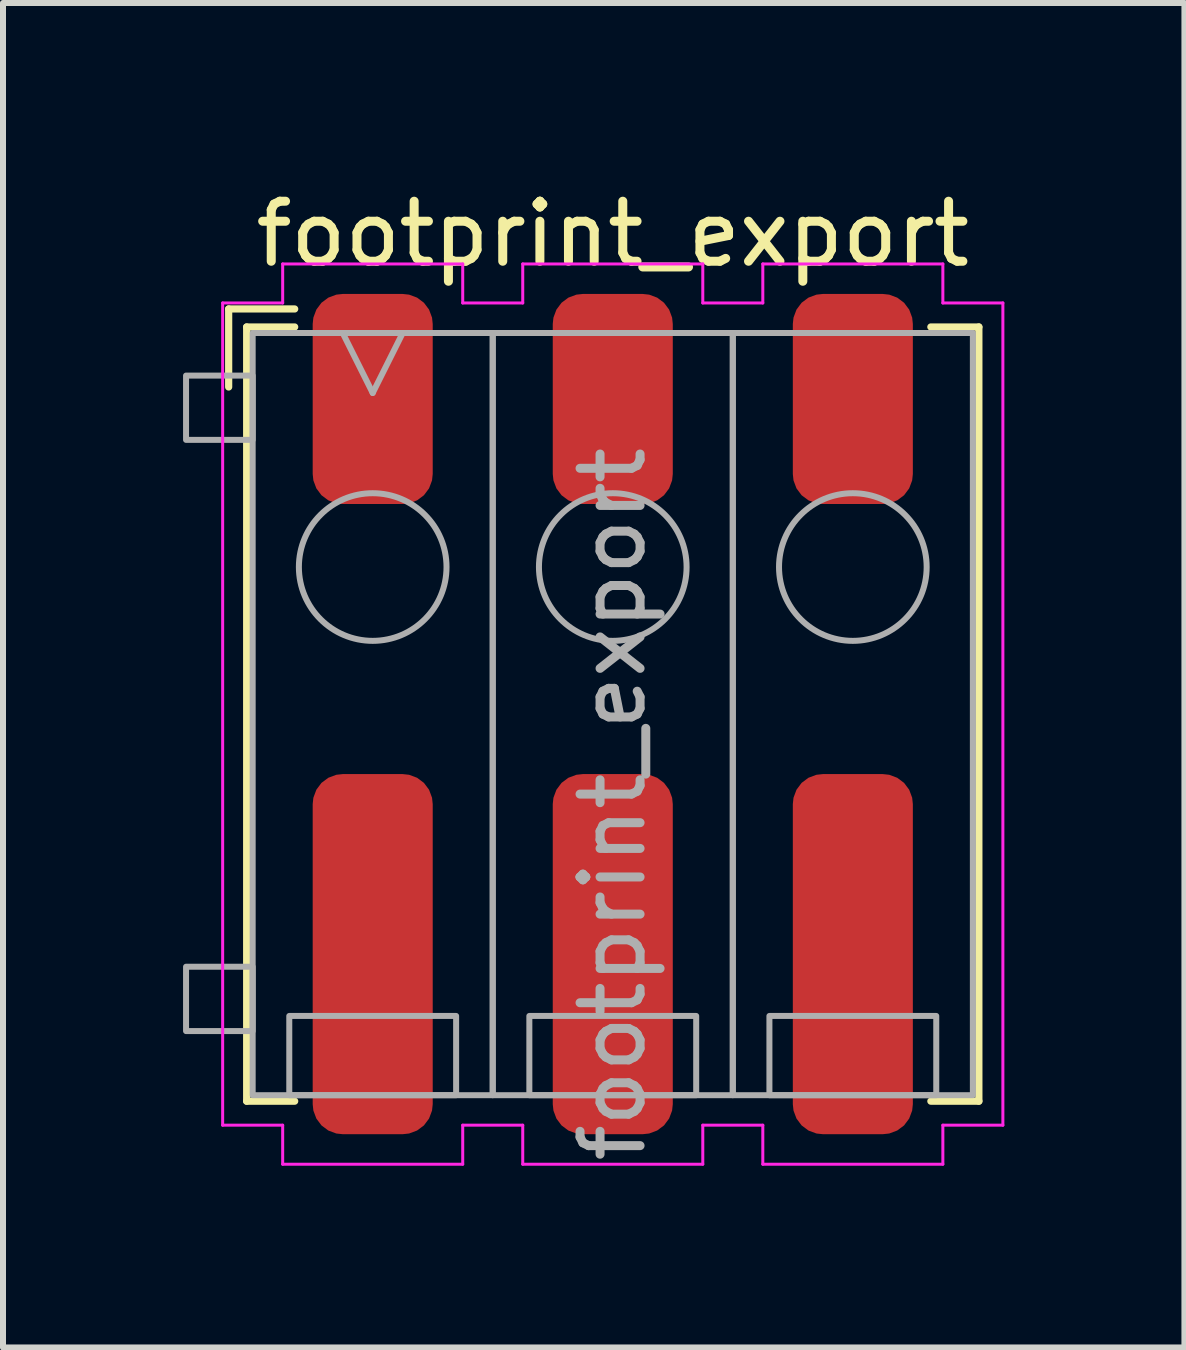
<source format=kicad_pcb>
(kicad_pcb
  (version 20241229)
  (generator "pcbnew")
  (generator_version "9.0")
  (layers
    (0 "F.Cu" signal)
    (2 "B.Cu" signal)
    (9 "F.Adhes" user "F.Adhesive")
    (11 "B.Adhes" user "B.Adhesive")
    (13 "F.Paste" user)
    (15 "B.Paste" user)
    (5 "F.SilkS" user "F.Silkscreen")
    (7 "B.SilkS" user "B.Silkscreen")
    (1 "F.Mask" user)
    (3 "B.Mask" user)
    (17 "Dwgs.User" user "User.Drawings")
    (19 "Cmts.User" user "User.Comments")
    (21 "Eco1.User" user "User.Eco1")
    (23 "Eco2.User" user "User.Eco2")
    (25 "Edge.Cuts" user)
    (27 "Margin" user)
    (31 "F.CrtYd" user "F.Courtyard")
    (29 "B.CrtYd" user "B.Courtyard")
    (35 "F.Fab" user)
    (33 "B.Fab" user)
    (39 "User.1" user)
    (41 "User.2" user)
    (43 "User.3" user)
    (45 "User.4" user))
  (footprint "footprint_export"
    (layer "F.Cu")
    (at 7.16 8.848)
    (property "Reference" "footprint_export" (at 0 -8 0) (unlocked yes) (layer "F.SilkS") (effects (font (size 1 1) (thickness 0.15))))
    (attr smd)
    (fp_line (start -6.4 -6.75) (end -6.4 -5.45) (stroke (width 0.12) (type solid)) (layer "F.SilkS"))
    (fp_line (start -6.1 -6.45) (end -5.3 -6.45) (stroke (width 0.12) (type solid)) (layer "F.SilkS"))
    (fp_line (start -6.1 6.45) (end -6.1 -6.45) (stroke (width 0.12) (type solid)) (layer "F.SilkS"))
    (fp_line (start -6.1 6.45) (end -5.3 6.45) (stroke (width 0.12) (type solid)) (layer "F.SilkS"))
    (fp_line (start -5.3 -6.75) (end -6.4 -6.75) (stroke (width 0.12) (type solid)) (layer "F.SilkS"))
    (fp_line (start 6.1 -6.45) (end 5.3 -6.45) (stroke (width 0.12) (type solid)) (layer "F.SilkS"))
    (fp_line (start 6.1 -6.45) (end 6.1 6.45) (stroke (width 0.12) (type solid)) (layer "F.SilkS"))
    (fp_line (start 6.1 6.45) (end 5.3 6.45) (stroke (width 0.12) (type solid)) (layer "F.SilkS"))
    (fp_line (start -6.5 -6.85) (end -6.5 6.85) (stroke (width 0.05) (type solid)) (layer "F.CrtYd"))
    (fp_line (start -6.5 -6.85) (end -5.5 -6.85) (stroke (width 0.05) (type solid)) (layer "F.CrtYd"))
    (fp_line (start -5.5 -7.5) (end -2.5 -7.5) (stroke (width 0.05) (type solid)) (layer "F.CrtYd"))
    (fp_line (start -5.5 -6.85) (end -5.5 -7.5) (stroke (width 0.05) (type solid)) (layer "F.CrtYd"))
    (fp_line (start -5.5 6.85) (end -6.5 6.85) (stroke (width 0.05) (type solid)) (layer "F.CrtYd"))
    (fp_line (start -5.5 7.5) (end -5.5 6.85) (stroke (width 0.05) (type solid)) (layer "F.CrtYd"))
    (fp_line (start -2.5 -7.5) (end -2.5 -6.85) (stroke (width 0.05) (type solid)) (layer "F.CrtYd"))
    (fp_line (start -2.5 -6.85) (end -1.5 -6.85) (stroke (width 0.05) (type solid)) (layer "F.CrtYd"))
    (fp_line (start -2.5 6.85) (end -2.5 7.5) (stroke (width 0.05) (type solid)) (layer "F.CrtYd"))
    (fp_line (start -2.5 7.5) (end -5.5 7.5) (stroke (width 0.05) (type solid)) (layer "F.CrtYd"))
    (fp_line (start -1.5 -7.5) (end 1.5 -7.5) (stroke (width 0.05) (type solid)) (layer "F.CrtYd"))
    (fp_line (start -1.5 -6.85) (end -1.5 -7.5) (stroke (width 0.05) (type solid)) (layer "F.CrtYd"))
    (fp_line (start -1.5 6.85) (end -2.5 6.85) (stroke (width 0.05) (type solid)) (layer "F.CrtYd"))
    (fp_line (start -1.5 7.5) (end -1.5 6.85) (stroke (width 0.05) (type solid)) (layer "F.CrtYd"))
    (fp_line (start 1.5 -7.5) (end 1.5 -6.85) (stroke (width 0.05) (type solid)) (layer "F.CrtYd"))
    (fp_line (start 1.5 -6.85) (end 2.5 -6.85) (stroke (width 0.05) (type solid)) (layer "F.CrtYd"))
    (fp_line (start 1.5 6.85) (end 1.5 7.5) (stroke (width 0.05) (type solid)) (layer "F.CrtYd"))
    (fp_line (start 1.5 7.5) (end -1.5 7.5) (stroke (width 0.05) (type solid)) (layer "F.CrtYd"))
    (fp_line (start 2.5 -7.5) (end 5.5 -7.5) (stroke (width 0.05) (type solid)) (layer "F.CrtYd"))
    (fp_line (start 2.5 -6.85) (end 2.5 -7.5) (stroke (width 0.05) (type solid)) (layer "F.CrtYd"))
    (fp_line (start 2.5 6.85) (end 1.5 6.85) (stroke (width 0.05) (type solid)) (layer "F.CrtYd"))
    (fp_line (start 2.5 7.5) (end 2.5 6.85) (stroke (width 0.05) (type solid)) (layer "F.CrtYd"))
    (fp_line (start 5.5 -7.5) (end 5.5 -6.85) (stroke (width 0.05) (type solid)) (layer "F.CrtYd"))
    (fp_line (start 5.5 -6.85) (end 6.5 -6.85) (stroke (width 0.05) (type solid)) (layer "F.CrtYd"))
    (fp_line (start 5.5 6.85) (end 5.5 7.5) (stroke (width 0.05) (type solid)) (layer "F.CrtYd"))
    (fp_line (start 5.5 7.5) (end 2.5 7.5) (stroke (width 0.05) (type solid)) (layer "F.CrtYd"))
    (fp_line (start 6.5 -6.85) (end 6.5 6.85) (stroke (width 0.05) (type solid)) (layer "F.CrtYd"))
    (fp_line (start 6.5 6.85) (end 5.5 6.85) (stroke (width 0.05) (type solid)) (layer "F.CrtYd"))
    (fp_line (start -4 -5.35) (end -4.5 -6.35) (stroke (width 0.1) (type solid)) (layer "F.Fab"))
    (fp_line (start -3.5 -6.35) (end -4 -5.35) (stroke (width 0.1) (type solid)) (layer "F.Fab"))
    (fp_rect (start -7.11 -5.64) (end -6 -4.569) (stroke (width 0.1) (type solid)) (fill no) (layer "F.Fab"))
    (fp_rect (start -7.11 4.21) (end -6 5.282) (stroke (width 0.1) (type solid)) (fill no) (layer "F.Fab"))
    (fp_rect (start -6 -6.35) (end -2 6.35) (stroke (width 0.1) (type solid)) (fill no) (layer "F.Fab"))
    (fp_rect (start -5.39 5.03) (end -2.61 6.35) (stroke (width 0.1) (type solid)) (fill no) (layer "F.Fab"))
    (fp_rect (start -2 -6.35) (end 2 6.35) (stroke (width 0.1) (type solid)) (fill no) (layer "F.Fab"))
    (fp_rect (start -1.39 5.03) (end 1.39 6.35) (stroke (width 0.1) (type solid)) (fill no) (layer "F.Fab"))
    (fp_rect (start 2 -6.35) (end 6 6.35) (stroke (width 0.1) (type solid)) (fill no) (layer "F.Fab"))
    (fp_rect (start 2.61 5.03) (end 5.39 6.35) (stroke (width 0.1) (type solid)) (fill no) (layer "F.Fab"))
    (fp_circle (center -4 -2.45) (end -2.77 -2.45) (stroke (width 0.1) (type solid)) (fill no) (layer "F.Fab"))
    (fp_circle (center 0 -2.45) (end 1.23 -2.45) (stroke (width 0.1) (type solid)) (fill no) (layer "F.Fab"))
    (fp_circle (center 4 -2.45) (end 5.23 -2.45) (stroke (width 0.1) (type solid)) (fill no) (layer "F.Fab"))
    (fp_text user "${REFERENCE}" (at 0 1.5 90) (unlocked yes) (layer "F.Fab") (effects (font (size 1 1) (thickness 0.15))))
    (pad "1" smd roundrect (at -4 -5.25) (size 2 3.5) (layers "F.Cu" "F.Mask" "F.Paste") (roundrect_rratio 0.25))
    (pad "1" smd roundrect (at -4 4) (size 2 6) (layers "F.Cu" "F.Mask" "F.Paste") (roundrect_rratio 0.25))
    (pad "2" smd roundrect (at 0 -5.25) (size 2 3.5) (layers "F.Cu" "F.Mask" "F.Paste") (roundrect_rratio 0.25))
    (pad "2" smd roundrect (at 0 4) (size 2 6) (layers "F.Cu" "F.Mask" "F.Paste") (roundrect_rratio 0.25))
    (pad "3" smd roundrect (at 4 -5.25) (size 2 3.5) (layers "F.Cu" "F.Mask" "F.Paste") (roundrect_rratio 0.25))
    (pad "3" smd roundrect (at 4 4) (size 2 6) (layers "F.Cu" "F.Mask" "F.Paste") (roundrect_rratio 0.25)))
  (gr_rect
    (start -3 -3)
    (end 16.685 19.402)
    (stroke (width 0.1) (type default))
    (fill no)
    (layer "Edge.Cuts")))
</source>
